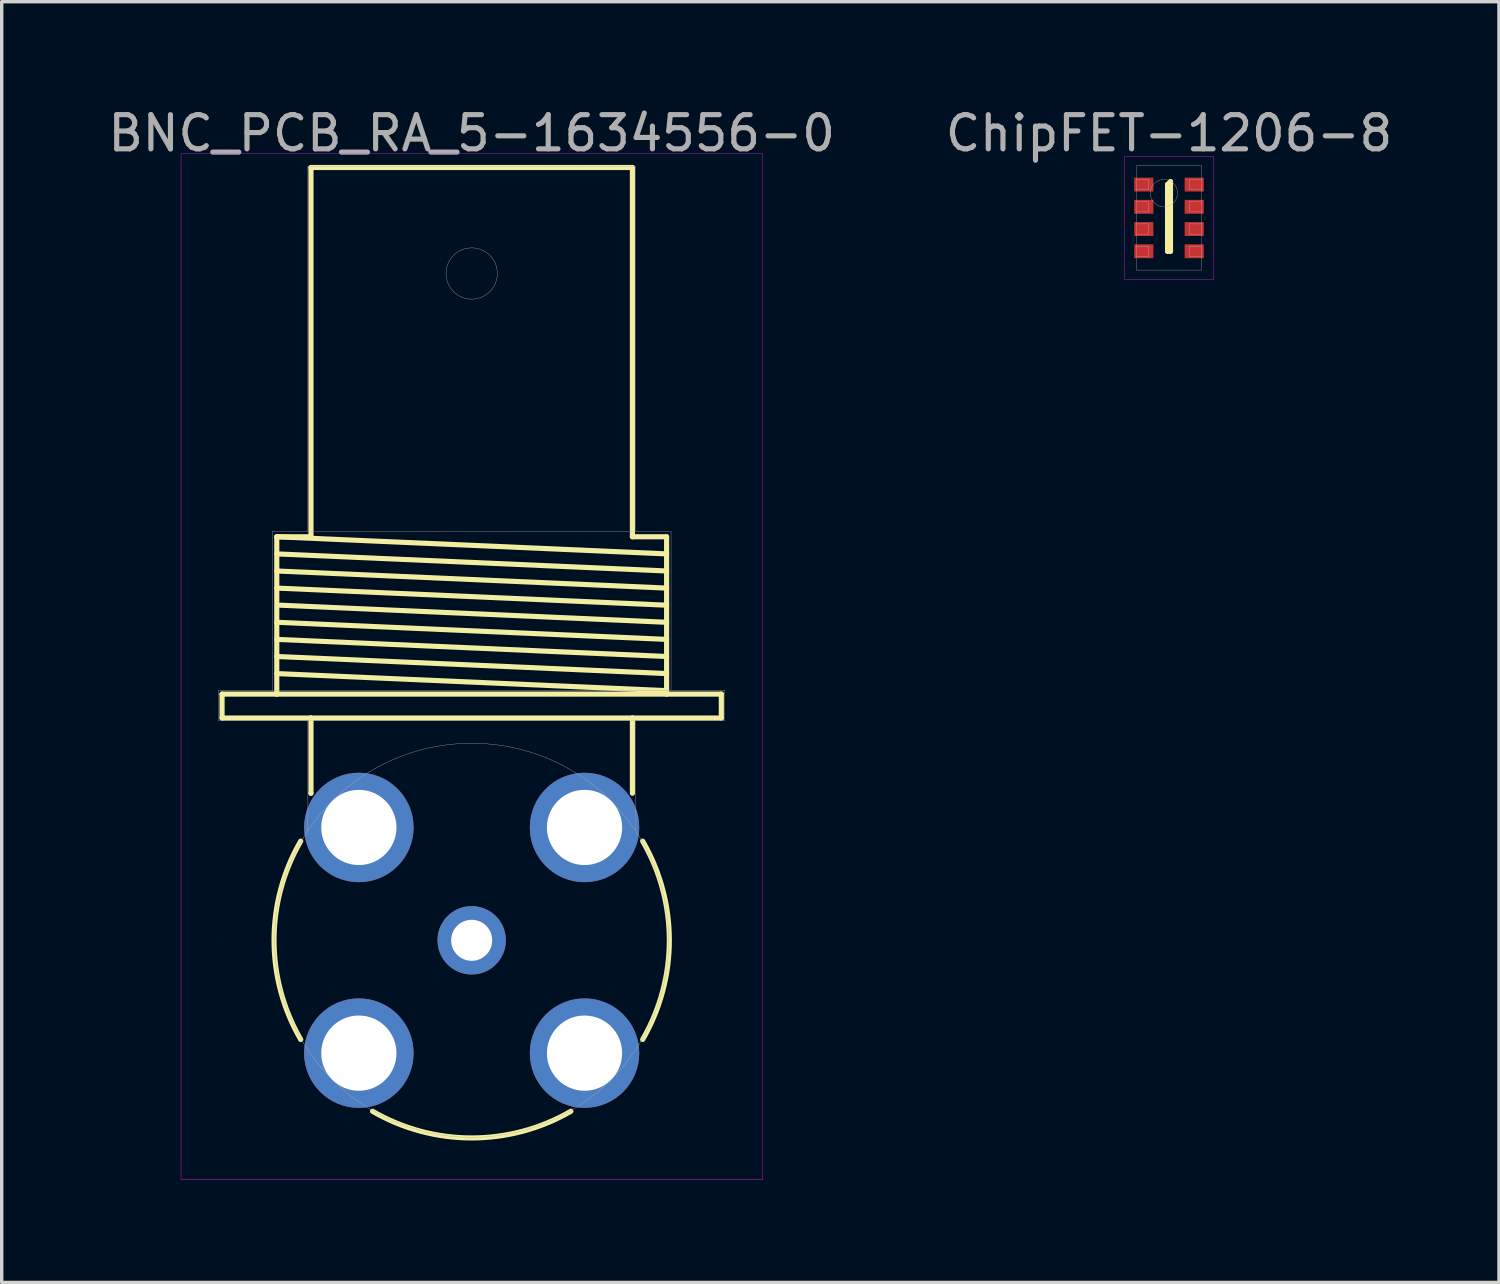
<source format=kicad_pcb>
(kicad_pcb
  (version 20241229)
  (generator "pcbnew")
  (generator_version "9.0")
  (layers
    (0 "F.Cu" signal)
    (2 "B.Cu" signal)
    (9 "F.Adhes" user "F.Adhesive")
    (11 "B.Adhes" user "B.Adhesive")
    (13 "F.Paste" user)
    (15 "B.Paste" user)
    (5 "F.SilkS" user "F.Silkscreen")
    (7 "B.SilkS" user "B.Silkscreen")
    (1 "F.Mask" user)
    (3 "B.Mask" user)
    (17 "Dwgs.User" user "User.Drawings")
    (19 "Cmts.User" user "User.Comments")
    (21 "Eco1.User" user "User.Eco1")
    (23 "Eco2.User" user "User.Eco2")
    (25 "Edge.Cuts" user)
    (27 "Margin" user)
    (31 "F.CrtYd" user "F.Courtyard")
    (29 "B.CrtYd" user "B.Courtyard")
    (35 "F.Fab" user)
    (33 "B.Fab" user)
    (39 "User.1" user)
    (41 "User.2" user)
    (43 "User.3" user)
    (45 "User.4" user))
  (footprint "BNC_PCB_RA_5-1634556-0"
    (layer "F.Cu")
    (at 10.744 24.448)
    (property "Reference" "BNC_PCB_RA_5-1634556-0" (at 0 -23.6 0) (layer "F.Fab") (effects (font (size 1 1) (thickness 0.15))))
    (attr through_hole)
    (fp_line (start -7.3 -7.2) (end -7.3 -6.5) (stroke (width 0.15) (type solid)) (layer "F.SilkS"))
    (fp_line (start -7.3 -6.5) (end -4.7 -6.5) (stroke (width 0.15) (type solid)) (layer "F.SilkS"))
    (fp_line (start -5.7 -11.8) (end -5.7 -7.2) (stroke (width 0.15) (type solid)) (layer "F.SilkS"))
    (fp_line (start -5.7 -11.8) (end 5.7 -11.3) (stroke (width 0.15) (type solid)) (layer "F.SilkS"))
    (fp_line (start -5.7 -11.3) (end 5.7 -10.8) (stroke (width 0.15) (type solid)) (layer "F.SilkS"))
    (fp_line (start -5.7 -10.8) (end 5.7 -10.3) (stroke (width 0.15) (type solid)) (layer "F.SilkS"))
    (fp_line (start -5.7 -10.3) (end 5.7 -9.8) (stroke (width 0.15) (type solid)) (layer "F.SilkS"))
    (fp_line (start -5.7 -9.3) (end 5.7 -8.8) (stroke (width 0.15) (type solid)) (layer "F.SilkS"))
    (fp_line (start -5.7 -8.8) (end 5.7 -8.3) (stroke (width 0.15) (type solid)) (layer "F.SilkS"))
    (fp_line (start -5.7 -8.3) (end 5.7 -7.8) (stroke (width 0.15) (type solid)) (layer "F.SilkS"))
    (fp_line (start -5.7 -7.8) (end 5.7 -7.3) (stroke (width 0.15) (type solid)) (layer "F.SilkS"))
    (fp_line (start -5.7 -7.2) (end -7.3 -7.2) (stroke (width 0.15) (type solid)) (layer "F.SilkS"))
    (fp_line (start -5.7 -7.2) (end 5.7 -7.2) (stroke (width 0.15) (type solid)) (layer "F.SilkS"))
    (fp_line (start -5.6 -9.8) (end 5.7 -9.3) (stroke (width 0.15) (type solid)) (layer "F.SilkS"))
    (fp_line (start -4.7 -22.6) (end -4.7 -11.8) (stroke (width 0.15) (type solid)) (layer "F.SilkS"))
    (fp_line (start -4.7 -22.6) (end 4.7 -22.6) (stroke (width 0.15) (type solid)) (layer "F.SilkS"))
    (fp_line (start -4.7 -11.8) (end -5.7 -11.8) (stroke (width 0.15) (type solid)) (layer "F.SilkS"))
    (fp_line (start -4.7 -6.5) (end -4.7 -4.3) (stroke (width 0.15) (type solid)) (layer "F.SilkS"))
    (fp_line (start -4.7 -6.5) (end 4.7 -6.5) (stroke (width 0.15) (type solid)) (layer "F.SilkS"))
    (fp_line (start -4.7 -4.3) (end -4.7 -4.3) (stroke (width 0.15) (type solid)) (layer "F.SilkS"))
    (fp_line (start 4.7 -22.6) (end 4.7 -11.8) (stroke (width 0.15) (type solid)) (layer "F.SilkS"))
    (fp_line (start 4.7 -11.8) (end 5.7 -11.8) (stroke (width 0.15) (type solid)) (layer "F.SilkS"))
    (fp_line (start 4.7 -6.5) (end 4.7 -4.3) (stroke (width 0.15) (type solid)) (layer "F.SilkS"))
    (fp_line (start 5.7 -11.8) (end 5.7 -7.2) (stroke (width 0.15) (type solid)) (layer "F.SilkS"))
    (fp_line (start 5.7 -7.2) (end 7.3 -7.2) (stroke (width 0.15) (type solid)) (layer "F.SilkS"))
    (fp_line (start 7.3 -7.2) (end 7.3 -6.5) (stroke (width 0.15) (type solid)) (layer "F.SilkS"))
    (fp_line (start 7.3 -6.5) (end 4.7 -6.5) (stroke (width 0.15) (type solid)) (layer "F.SilkS"))
    (fp_arc (start -4.999999 2.9) (mid -5.780138 0) (end -4.999999 -2.899999) (stroke (width 0.15) (type solid)) (layer "F.SilkS"))
    (fp_arc (start 2.9 4.999999) (mid 0 5.780138) (end -2.899999 4.999999) (stroke (width 0.15) (type solid)) (layer "F.SilkS"))
    (fp_arc (start 4.999999 -2.9) (mid 5.780138 0) (end 4.999999 2.899999) (stroke (width 0.15) (type solid)) (layer "F.SilkS"))
    (fp_line (start -8.5 -23) (end -8.5 7) (stroke (width 0.01) (type solid)) (layer "F.CrtYd"))
    (fp_line (start -8.5 7) (end 8.5 7) (stroke (width 0.01) (type solid)) (layer "F.CrtYd"))
    (fp_line (start 8.5 -23) (end -8.5 -23) (stroke (width 0.01) (type solid)) (layer "F.CrtYd"))
    (fp_line (start 8.5 7) (end 8.5 -23) (stroke (width 0.01) (type solid)) (layer "F.CrtYd"))
    (fp_line (start -7.4 -7.31) (end -7.4 -6.42) (stroke (width 0.01) (type solid)) (layer "F.Fab"))
    (fp_line (start -7.4 -7.31) (end 7.4 -7.31) (stroke (width 0.01) (type solid)) (layer "F.Fab"))
    (fp_line (start -7.4 -6.42) (end 7.4 -6.42) (stroke (width 0.01) (type solid)) (layer "F.Fab"))
    (fp_line (start -7.4 0) (end -7.4 0) (stroke (width 0.01) (type solid)) (layer "F.Fab"))
    (fp_line (start -5.83 -11.96) (end -5.83 -7.31) (stroke (width 0.01) (type solid)) (layer "F.Fab"))
    (fp_line (start -5.83 -11.96) (end 5.83 -11.96) (stroke (width 0.01) (type solid)) (layer "F.Fab"))
    (fp_line (start -4.79 -22.63) (end -4.79 -11.96) (stroke (width 0.01) (type solid)) (layer "F.Fab"))
    (fp_line (start -4.79 -22.63) (end 4.79 -22.63) (stroke (width 0.01) (type solid)) (layer "F.Fab"))
    (fp_line (start -4.79 -3.2) (end -4.79 -6.42) (stroke (width 0.01) (type solid)) (layer "F.Fab"))
    (fp_line (start 4.79 -22.63) (end 4.79 -11.96) (stroke (width 0.01) (type solid)) (layer "F.Fab"))
    (fp_line (start 4.79 -3.21) (end 4.79 -6.42) (stroke (width 0.01) (type solid)) (layer "F.Fab"))
    (fp_line (start 5.83 -11.96) (end 5.83 -7.31) (stroke (width 0.01) (type solid)) (layer "F.Fab"))
    (fp_line (start 7.4 -7.31) (end 7.4 -6.42) (stroke (width 0.01) (type solid)) (layer "F.Fab"))
    (fp_circle (center 0 -19.5) (end 0.75 -19.5) (stroke (width 0.01) (type solid)) (fill no) (layer "F.Fab"))
    (fp_circle (center 0 0) (end 4.09 -4.06) (stroke (width 0.01) (type solid)) (fill no) (layer "F.Fab"))
    (pad "1" thru_hole circle (at 0 0) (size 2 2) (drill 1.2) (layers "*.Cu" "*.Mask"))
    (pad "2" thru_hole circle (at -3.3 -3.3) (size 3.2 3.2) (drill 2.2) (layers "*.Cu" "*.Mask"))
    (pad "2" thru_hole circle (at -3.3 3.3) (size 3.2 3.2) (drill 2.2) (layers "*.Cu" "*.Mask"))
    (pad "2" thru_hole circle (at 3.3 -3.3) (size 3.2 3.2) (drill 2.2) (layers "*.Cu" "*.Mask"))
    (pad "2" thru_hole circle (at 3.3 3.3) (size 3.2 3.2) (drill 2.2) (layers "*.Cu" "*.Mask")))
  (footprint "ChipFET-1206-8"
    (layer "F.Cu")
    (at 31.137 3.323)
    (property "Reference" "ChipFET-1206-8" (at 0 -2.475 0) (layer "F.Fab") (effects (font (size 1 1) (thickness 0.15))))
    (attr through_hole)
    (fp_line (start -0.043 -0.975) (end -0.043 -0.975) (stroke (width 0.15) (type solid)) (layer "F.SilkS"))
    (fp_line (start -0.043 -0.975) (end -0.043 0.975) (stroke (width 0.15) (type solid)) (layer "F.SilkS"))
    (fp_line (start -0.043 0.975) (end 0.043 0.975) (stroke (width 0.15) (type solid)) (layer "F.SilkS"))
    (fp_line (start 0.043 -1.061) (end -0.043 -0.975) (stroke (width 0.15) (type solid)) (layer "F.SilkS"))
    (fp_line (start 0.043 0.975) (end 0.043 -1.061) (stroke (width 0.15) (type solid)) (layer "F.SilkS"))
    (fp_line (start -1.3 -1.8) (end 1.3 -1.8) (stroke (width 0.01) (type solid)) (layer "F.CrtYd"))
    (fp_line (start -1.3 1.8) (end -1.3 -1.8) (stroke (width 0.01) (type solid)) (layer "F.CrtYd"))
    (fp_line (start 1.3 -1.8) (end 1.3 1.8) (stroke (width 0.01) (type solid)) (layer "F.CrtYd"))
    (fp_line (start 1.3 1.8) (end -1.3 1.8) (stroke (width 0.01) (type solid)) (layer "F.CrtYd"))
    (fp_line (start -0.95 -1.525) (end 0.95 -1.525) (stroke (width 0.01) (type solid)) (layer "F.Fab"))
    (fp_line (start -0.95 -0.825) (end -0.6 -0.825) (stroke (width 0.01) (type solid)) (layer "F.Fab"))
    (fp_line (start -0.95 -0.175) (end -0.6 -0.175) (stroke (width 0.01) (type solid)) (layer "F.Fab"))
    (fp_line (start -0.95 0.475) (end -0.6 0.475) (stroke (width 0.01) (type solid)) (layer "F.Fab"))
    (fp_line (start -0.95 1.125) (end -0.6 1.125) (stroke (width 0.01) (type solid)) (layer "F.Fab"))
    (fp_line (start -0.95 1.525) (end -0.95 -1.525) (stroke (width 0.01) (type solid)) (layer "F.Fab"))
    (fp_line (start -0.6 -1.125) (end -0.95 -1.125) (stroke (width 0.01) (type solid)) (layer "F.Fab"))
    (fp_line (start -0.6 -0.825) (end -0.6 -1.125) (stroke (width 0.01) (type solid)) (layer "F.Fab"))
    (fp_line (start -0.6 -0.475) (end -0.95 -0.475) (stroke (width 0.01) (type solid)) (layer "F.Fab"))
    (fp_line (start -0.6 -0.175) (end -0.6 -0.475) (stroke (width 0.01) (type solid)) (layer "F.Fab"))
    (fp_line (start -0.6 0.175) (end -0.95 0.175) (stroke (width 0.01) (type solid)) (layer "F.Fab"))
    (fp_line (start -0.6 0.475) (end -0.6 0.175) (stroke (width 0.01) (type solid)) (layer "F.Fab"))
    (fp_line (start -0.6 0.825) (end -0.95 0.825) (stroke (width 0.01) (type solid)) (layer "F.Fab"))
    (fp_line (start -0.6 1.125) (end -0.6 0.825) (stroke (width 0.01) (type solid)) (layer "F.Fab"))
    (fp_line (start 0.6 -1.125) (end 0.6 -0.825) (stroke (width 0.01) (type solid)) (layer "F.Fab"))
    (fp_line (start 0.6 -0.825) (end 0.95 -0.825) (stroke (width 0.01) (type solid)) (layer "F.Fab"))
    (fp_line (start 0.6 -0.475) (end 0.6 -0.175) (stroke (width 0.01) (type solid)) (layer "F.Fab"))
    (fp_line (start 0.6 -0.175) (end 0.95 -0.175) (stroke (width 0.01) (type solid)) (layer "F.Fab"))
    (fp_line (start 0.6 0.175) (end 0.6 0.475) (stroke (width 0.01) (type solid)) (layer "F.Fab"))
    (fp_line (start 0.6 0.475) (end 0.95 0.475) (stroke (width 0.01) (type solid)) (layer "F.Fab"))
    (fp_line (start 0.6 0.825) (end 0.6 1.125) (stroke (width 0.01) (type solid)) (layer "F.Fab"))
    (fp_line (start 0.6 1.125) (end 0.95 1.125) (stroke (width 0.01) (type solid)) (layer "F.Fab"))
    (fp_line (start 0.95 -1.525) (end 0.95 1.525) (stroke (width 0.01) (type solid)) (layer "F.Fab"))
    (fp_line (start 0.95 -1.125) (end 0.6 -1.125) (stroke (width 0.01) (type solid)) (layer "F.Fab"))
    (fp_line (start 0.95 -0.475) (end 0.6 -0.475) (stroke (width 0.01) (type solid)) (layer "F.Fab"))
    (fp_line (start 0.95 0.175) (end 0.6 0.175) (stroke (width 0.01) (type solid)) (layer "F.Fab"))
    (fp_line (start 0.95 0.825) (end 0.6 0.825) (stroke (width 0.01) (type solid)) (layer "F.Fab"))
    (fp_line (start 0.95 1.525) (end -0.95 1.525) (stroke (width 0.01) (type solid)) (layer "F.Fab"))
    (fp_circle (center -0.15 -0.725) (end -0.15 -0.325) (stroke (width 0.01) (type solid)) (fill no) (layer "F.Fab"))
    (pad "1" smd rect (at -0.737 -0.975) (size 0.559 0.406) (layers "F.Cu" "F.Mask" "F.Paste"))
    (pad "2" smd rect (at -0.737 -0.325) (size 0.559 0.406) (layers "F.Cu" "F.Mask" "F.Paste"))
    (pad "3" smd rect (at -0.737 0.325) (size 0.559 0.406) (layers "F.Cu" "F.Mask" "F.Paste"))
    (pad "4" smd rect (at -0.737 0.975) (size 0.559 0.406) (layers "F.Cu" "F.Mask" "F.Paste"))
    (pad "5" smd rect (at 0.737 0.975) (size 0.559 0.406) (layers "F.Cu" "F.Mask" "F.Paste"))
    (pad "6" smd rect (at 0.737 0.325) (size 0.559 0.406) (layers "F.Cu" "F.Mask" "F.Paste"))
    (pad "7" smd rect (at 0.737 -0.325) (size 0.559 0.406) (layers "F.Cu" "F.Mask" "F.Paste"))
    (pad "8" smd rect (at 0.737 -0.975) (size 0.559 0.406) (layers "F.Cu" "F.Mask" "F.Paste")))
  (gr_rect
    (start -3 -3)
    (end 40.786 34.453)
    (stroke (width 0.1) (type default))
    (fill no)
    (layer "Edge.Cuts")))
</source>
